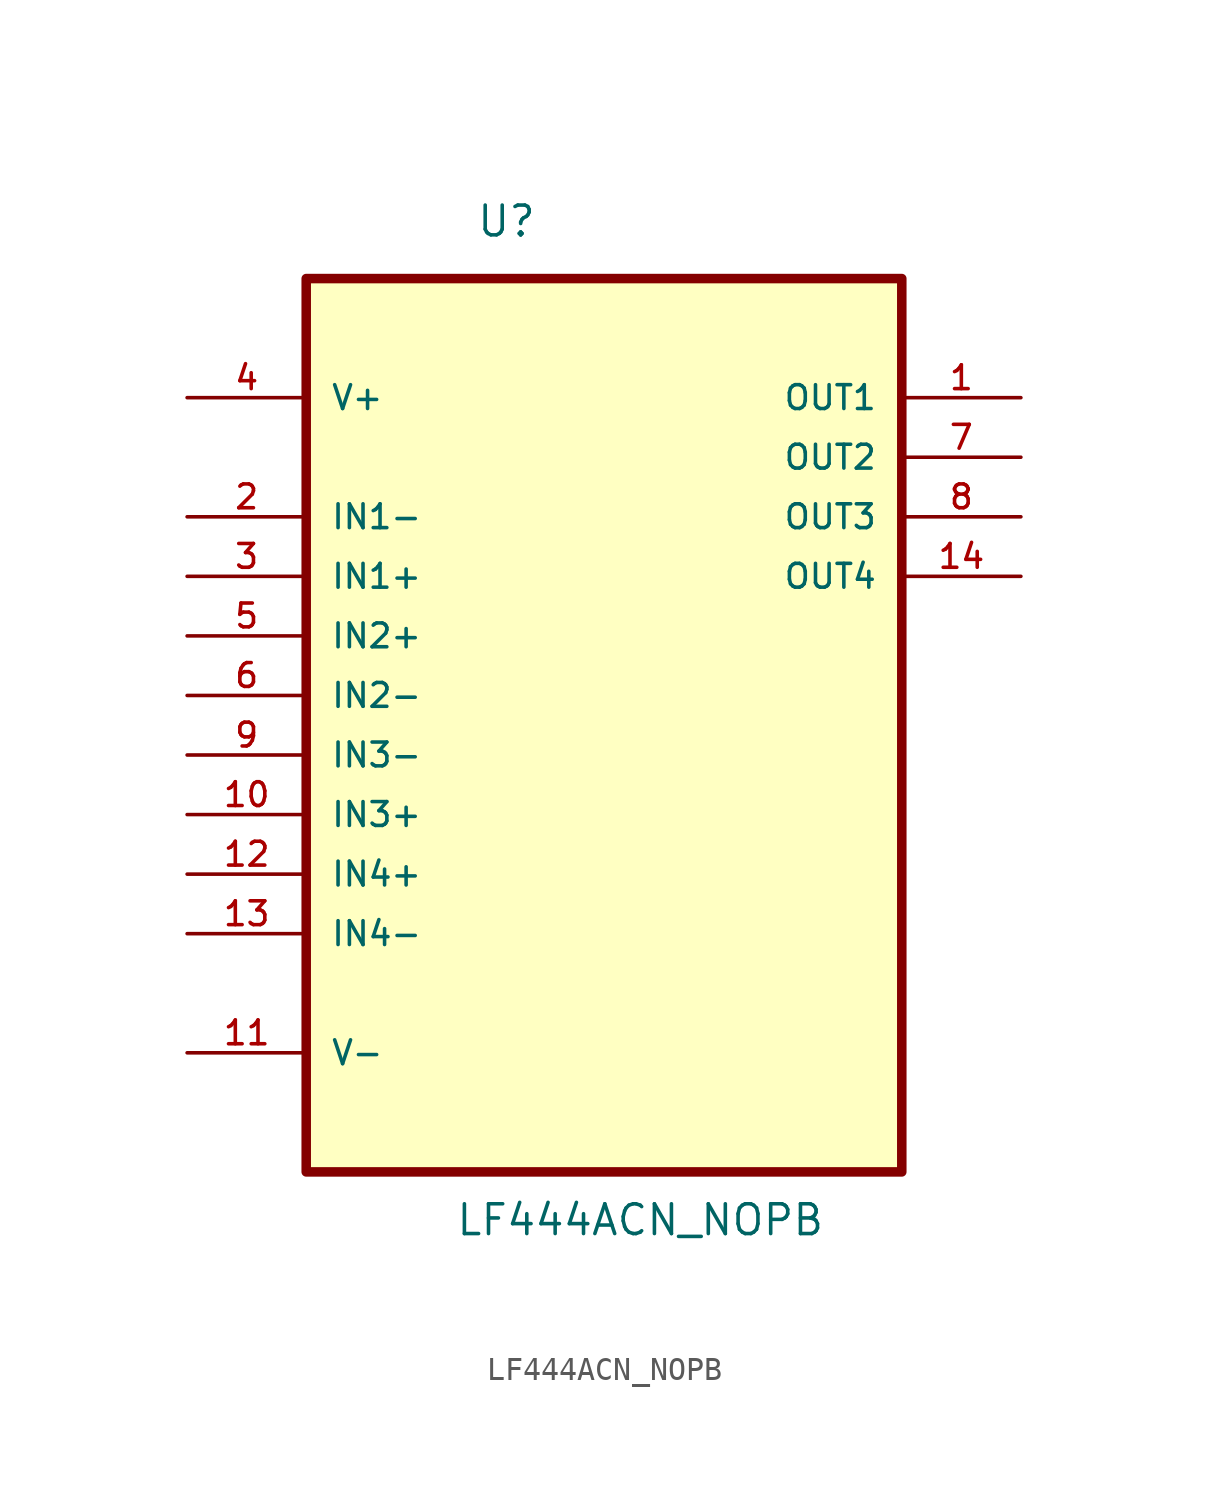
<source format=kicad_sym>
(kicad_symbol_lib
  (version 20211014)
  (generator kicad_symbol_editor)
  (symbol "LF444ACN_NOPB"
    (pin_names
      (offset 1.016))
    (property "Reference" "U"
      (at -5.469 16.941 0.0)
      (effects (font (size 1.27 1.27)) (justify bottom left)))
    (property "Value" "LF444ACN_NOPB"
      (at -6.356 -25.652 0.0)
      (effects (font (size 1.27 1.27)) (justify bottom left)))
    (symbol "LF444ACN_NOPB_0_0"
      (rectangle (start -12.7 -22.86) (end 12.7 15.24) (stroke (width 0.406)) (fill (type background)))
      (pin power_in line (at -17.78 10.16 0) (length 5.08) (name "V+" (effects (font (size 1.016 1.016)))) (number "4" (effects (font (size 1.016 1.016)))))
      (pin input line (at -17.78 5.08 0) (length 5.08) (name "IN1-" (effects (font (size 1.016 1.016)))) (number "2" (effects (font (size 1.016 1.016)))))
      (pin input line (at -17.78 2.54 0) (length 5.08) (name "IN1+" (effects (font (size 1.016 1.016)))) (number "3" (effects (font (size 1.016 1.016)))))
      (pin input line (at -17.78 0.0 0) (length 5.08) (name "IN2+" (effects (font (size 1.016 1.016)))) (number "5" (effects (font (size 1.016 1.016)))))
      (pin input line (at -17.78 -2.54 0) (length 5.08) (name "IN2-" (effects (font (size 1.016 1.016)))) (number "6" (effects (font (size 1.016 1.016)))))
      (pin input line (at -17.78 -5.08 0) (length 5.08) (name "IN3-" (effects (font (size 1.016 1.016)))) (number "9" (effects (font (size 1.016 1.016)))))
      (pin input line (at -17.78 -7.62 0) (length 5.08) (name "IN3+" (effects (font (size 1.016 1.016)))) (number "10" (effects (font (size 1.016 1.016)))))
      (pin input line (at -17.78 -10.16 0) (length 5.08) (name "IN4+" (effects (font (size 1.016 1.016)))) (number "12" (effects (font (size 1.016 1.016)))))
      (pin input line (at -17.78 -12.7 0) (length 5.08) (name "IN4-" (effects (font (size 1.016 1.016)))) (number "13" (effects (font (size 1.016 1.016)))))
      (pin power_in line (at -17.78 -17.78 0) (length 5.08) (name "V-" (effects (font (size 1.016 1.016)))) (number "11" (effects (font (size 1.016 1.016)))))
      (pin output line (at 17.78 10.16 180.0) (length 5.08) (name "OUT1" (effects (font (size 1.016 1.016)))) (number "1" (effects (font (size 1.016 1.016)))))
      (pin output line (at 17.78 7.62 180.0) (length 5.08) (name "OUT2" (effects (font (size 1.016 1.016)))) (number "7" (effects (font (size 1.016 1.016)))))
      (pin output line (at 17.78 5.08 180.0) (length 5.08) (name "OUT3" (effects (font (size 1.016 1.016)))) (number "8" (effects (font (size 1.016 1.016)))))
      (pin output line (at 17.78 2.54 180.0) (length 5.08) (name "OUT4" (effects (font (size 1.016 1.016)))) (number "14" (effects (font (size 1.016 1.016))))))))
</source>
